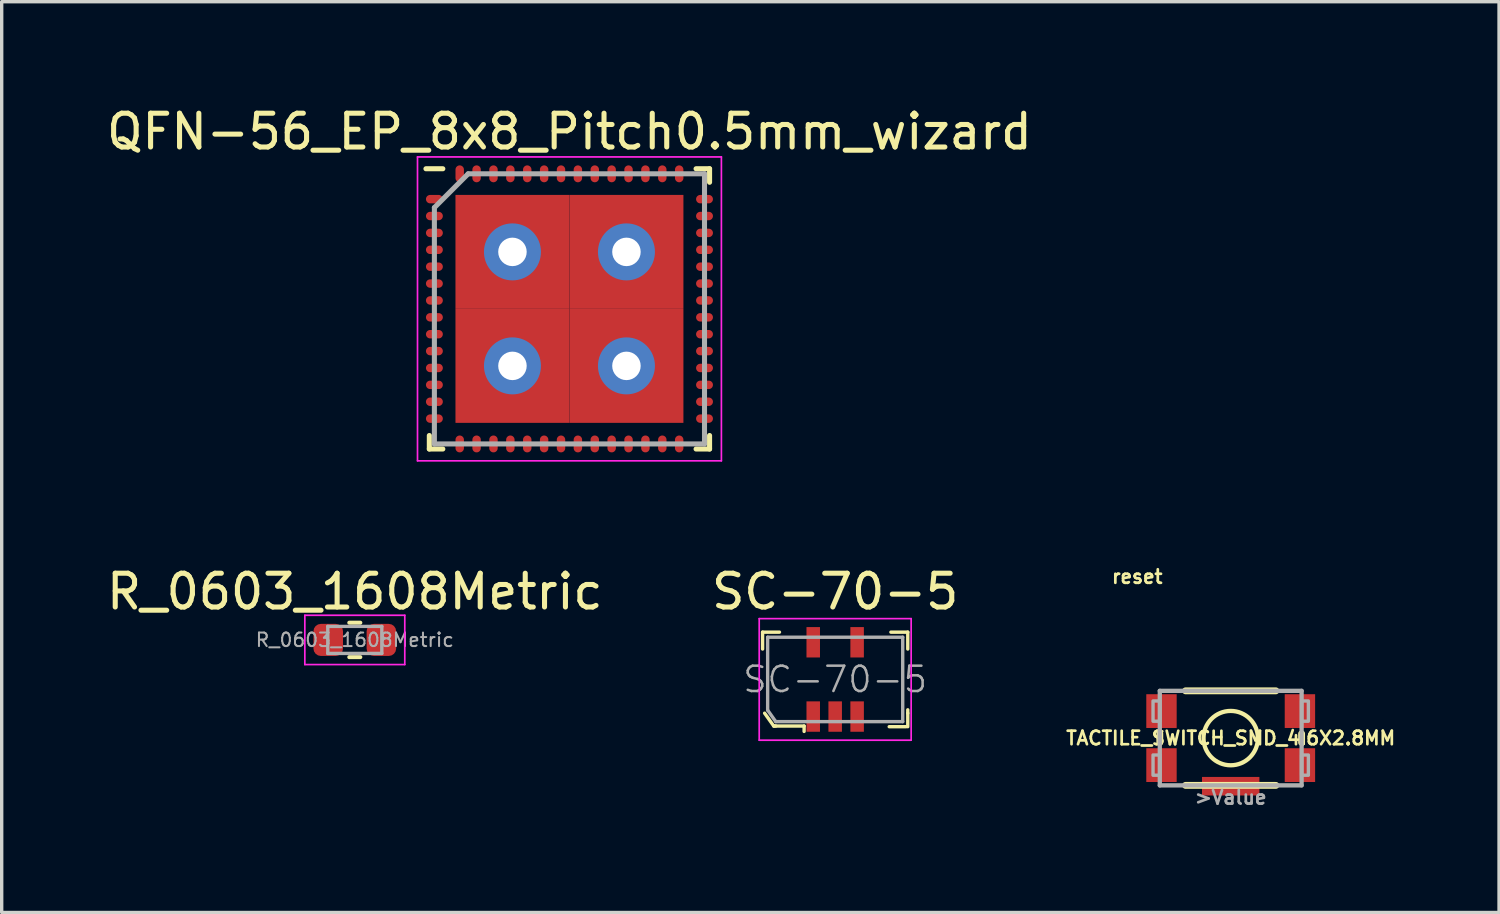
<source format=kicad_pcb>
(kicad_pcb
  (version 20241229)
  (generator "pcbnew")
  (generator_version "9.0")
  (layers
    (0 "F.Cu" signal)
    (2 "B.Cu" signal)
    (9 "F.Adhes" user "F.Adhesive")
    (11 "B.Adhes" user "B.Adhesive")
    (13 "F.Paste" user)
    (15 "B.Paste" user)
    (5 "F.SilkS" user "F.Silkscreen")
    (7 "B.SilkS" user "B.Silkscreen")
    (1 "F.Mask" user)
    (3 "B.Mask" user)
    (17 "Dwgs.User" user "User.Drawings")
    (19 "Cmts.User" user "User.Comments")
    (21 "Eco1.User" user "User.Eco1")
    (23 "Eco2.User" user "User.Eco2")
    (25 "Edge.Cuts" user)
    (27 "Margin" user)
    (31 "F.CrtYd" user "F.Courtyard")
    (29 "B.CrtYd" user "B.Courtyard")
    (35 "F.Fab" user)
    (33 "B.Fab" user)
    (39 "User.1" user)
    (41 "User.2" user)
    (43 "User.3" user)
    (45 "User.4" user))
  (footprint "R_0603_1608Metric"
    (layer "F.Cu")
    (at 7.458 15.902)
    (property "Reference" "R_0603_1608Metric" (at 0 -1.43 0) (layer "F.SilkS") (effects (font (size 1 1) (thickness 0.15))))
    (attr smd)
    (fp_line (start -0.163 -0.51) (end 0.163 -0.51) (stroke (width 0.12) (type solid)) (layer "F.SilkS"))
    (fp_line (start -0.163 0.51) (end 0.163 0.51) (stroke (width 0.12) (type solid)) (layer "F.SilkS"))
    (fp_line (start -1.48 -0.73) (end 1.48 -0.73) (stroke (width 0.05) (type solid)) (layer "F.CrtYd"))
    (fp_line (start -1.48 0.73) (end -1.48 -0.73) (stroke (width 0.05) (type solid)) (layer "F.CrtYd"))
    (fp_line (start 1.48 -0.73) (end 1.48 0.73) (stroke (width 0.05) (type solid)) (layer "F.CrtYd"))
    (fp_line (start 1.48 0.73) (end -1.48 0.73) (stroke (width 0.05) (type solid)) (layer "F.CrtYd"))
    (fp_line (start -0.8 -0.4) (end 0.8 -0.4) (stroke (width 0.1) (type solid)) (layer "F.Fab"))
    (fp_line (start -0.8 0.4) (end -0.8 -0.4) (stroke (width 0.1) (type solid)) (layer "F.Fab"))
    (fp_line (start 0.8 -0.4) (end 0.8 0.4) (stroke (width 0.1) (type solid)) (layer "F.Fab"))
    (fp_line (start 0.8 0.4) (end -0.8 0.4) (stroke (width 0.1) (type solid)) (layer "F.Fab"))
    (fp_text user "${REFERENCE}" (at 0 0 0) (layer "F.Fab") (effects (font (size 0.4 0.4) (thickness 0.06))))
    (pad "1" smd roundrect (at -0.787 0) (size 0.875 0.95) (layers "F.Cu" "F.Mask" "F.Paste") (roundrect_rratio 0.25))
    (pad "2" smd roundrect (at 0.787 0) (size 0.875 0.95) (layers "F.Cu" "F.Mask" "F.Paste") (roundrect_rratio 0.25)))
  (footprint "QFN-56_EP_8x8_Pitch0.5mm_wizard"
    (layer "F.Cu")
    (at 13.815 6.098)
    (property "Reference" "QFN-56_EP_8x8_Pitch0.5mm_wizard" (at 0 -5.25 0) (layer "F.SilkS") (effects (font (size 1 1) (thickness 0.15))))
    (attr smd)
    (fp_line (start -4.15 4.15) (end -4.15 3.75) (stroke (width 0.15) (type solid)) (layer "F.SilkS"))
    (fp_line (start -3.75 -4.15) (end -4.25 -4.15) (stroke (width 0.15) (type solid)) (layer "F.SilkS"))
    (fp_line (start -3.75 4.15) (end -4.15 4.15) (stroke (width 0.15) (type solid)) (layer "F.SilkS"))
    (fp_line (start 3.75 -4.15) (end 4.15 -4.15) (stroke (width 0.15) (type solid)) (layer "F.SilkS"))
    (fp_line (start 3.75 4.15) (end 4.15 4.15) (stroke (width 0.15) (type solid)) (layer "F.SilkS"))
    (fp_line (start 4.15 -4.15) (end 4.15 -3.75) (stroke (width 0.15) (type solid)) (layer "F.SilkS"))
    (fp_line (start 4.15 4.15) (end 4.15 3.75) (stroke (width 0.15) (type solid)) (layer "F.SilkS"))
    (fp_line (start -4.5 -4.5) (end 4.5 -4.5) (stroke (width 0.05) (type solid)) (layer "F.CrtYd"))
    (fp_line (start -4.5 4.5) (end -4.5 -4.5) (stroke (width 0.05) (type solid)) (layer "F.CrtYd"))
    (fp_line (start 4.5 -4.5) (end 4.5 4.5) (stroke (width 0.05) (type solid)) (layer "F.CrtYd"))
    (fp_line (start 4.5 4.5) (end -4.5 4.5) (stroke (width 0.05) (type solid)) (layer "F.CrtYd"))
    (fp_line (start -4 -3) (end -4 4) (stroke (width 0.15) (type solid)) (layer "F.Fab"))
    (fp_line (start -4 4) (end 4 4) (stroke (width 0.15) (type solid)) (layer "F.Fab"))
    (fp_line (start -3 -4) (end -4 -3) (stroke (width 0.15) (type solid)) (layer "F.Fab"))
    (fp_line (start 4 -4) (end -3 -4) (stroke (width 0.15) (type solid)) (layer "F.Fab"))
    (fp_line (start 4 4) (end 4 -4) (stroke (width 0.15) (type solid)) (layer "F.Fab"))
    (pad "1" smd oval (at -4 -3.25 90) (size 0.25 0.5) (layers "F.Cu" "F.Mask" "F.Paste"))
    (pad "2" smd oval (at -4 -2.75 90) (size 0.25 0.5) (layers "F.Cu" "F.Mask" "F.Paste"))
    (pad "3" smd oval (at -4 -2.25 90) (size 0.25 0.5) (layers "F.Cu" "F.Mask" "F.Paste"))
    (pad "4" smd oval (at -4 -1.75 90) (size 0.25 0.5) (layers "F.Cu" "F.Mask" "F.Paste"))
    (pad "5" smd oval (at -4 -1.25 90) (size 0.25 0.5) (layers "F.Cu" "F.Mask" "F.Paste"))
    (pad "6" smd oval (at -4 -0.75 90) (size 0.25 0.5) (layers "F.Cu" "F.Mask" "F.Paste"))
    (pad "7" smd oval (at -4 -0.25 90) (size 0.25 0.5) (layers "F.Cu" "F.Mask" "F.Paste"))
    (pad "8" smd oval (at -4 0.25 90) (size 0.25 0.5) (layers "F.Cu" "F.Mask" "F.Paste"))
    (pad "9" smd oval (at -4 0.75 90) (size 0.25 0.5) (layers "F.Cu" "F.Mask" "F.Paste"))
    (pad "10" smd oval (at -4 1.25 90) (size 0.25 0.5) (layers "F.Cu" "F.Mask" "F.Paste"))
    (pad "11" smd oval (at -4 1.75 90) (size 0.25 0.5) (layers "F.Cu" "F.Mask" "F.Paste"))
    (pad "12" smd oval (at -4 2.25 90) (size 0.25 0.5) (layers "F.Cu" "F.Mask" "F.Paste"))
    (pad "13" smd oval (at -4 2.75 90) (size 0.25 0.5) (layers "F.Cu" "F.Mask" "F.Paste"))
    (pad "14" smd oval (at -4 3.25 90) (size 0.25 0.5) (layers "F.Cu" "F.Mask" "F.Paste"))
    (pad "15" smd oval (at -3.25 4) (size 0.25 0.5) (layers "F.Cu" "F.Mask" "F.Paste"))
    (pad "16" smd oval (at -2.75 4) (size 0.25 0.5) (layers "F.Cu" "F.Mask" "F.Paste"))
    (pad "17" smd oval (at -2.25 4) (size 0.25 0.5) (layers "F.Cu" "F.Mask" "F.Paste"))
    (pad "18" smd oval (at -1.75 4) (size 0.25 0.5) (layers "F.Cu" "F.Mask" "F.Paste"))
    (pad "19" smd oval (at -1.25 4) (size 0.25 0.5) (layers "F.Cu" "F.Mask" "F.Paste"))
    (pad "20" smd oval (at -0.75 4) (size 0.25 0.5) (layers "F.Cu" "F.Mask" "F.Paste"))
    (pad "21" smd oval (at -0.25 4) (size 0.25 0.5) (layers "F.Cu" "F.Mask" "F.Paste"))
    (pad "22" smd oval (at 0.25 4) (size 0.25 0.5) (layers "F.Cu" "F.Mask" "F.Paste"))
    (pad "23" smd oval (at 0.75 4) (size 0.25 0.5) (layers "F.Cu" "F.Mask" "F.Paste"))
    (pad "24" smd oval (at 1.25 4) (size 0.25 0.5) (layers "F.Cu" "F.Mask" "F.Paste"))
    (pad "25" smd oval (at 1.75 4) (size 0.25 0.5) (layers "F.Cu" "F.Mask" "F.Paste"))
    (pad "26" smd oval (at 2.25 4) (size 0.25 0.5) (layers "F.Cu" "F.Mask" "F.Paste"))
    (pad "27" smd oval (at 2.75 4) (size 0.25 0.5) (layers "F.Cu" "F.Mask" "F.Paste"))
    (pad "28" smd oval (at 3.25 4) (size 0.25 0.5) (layers "F.Cu" "F.Mask" "F.Paste"))
    (pad "29" smd oval (at 4 3.25 90) (size 0.25 0.5) (layers "F.Cu" "F.Mask" "F.Paste"))
    (pad "30" smd oval (at 4 2.75 90) (size 0.25 0.5) (layers "F.Cu" "F.Mask" "F.Paste"))
    (pad "31" smd oval (at 4 2.25 90) (size 0.25 0.5) (layers "F.Cu" "F.Mask" "F.Paste"))
    (pad "32" smd oval (at 4 1.75 90) (size 0.25 0.5) (layers "F.Cu" "F.Mask" "F.Paste"))
    (pad "33" smd oval (at 4 1.25 90) (size 0.25 0.5) (layers "F.Cu" "F.Mask" "F.Paste"))
    (pad "34" smd oval (at 4 0.75 90) (size 0.25 0.5) (layers "F.Cu" "F.Mask" "F.Paste"))
    (pad "35" smd oval (at 4 0.25 90) (size 0.25 0.5) (layers "F.Cu" "F.Mask" "F.Paste"))
    (pad "36" smd oval (at 4 -0.25 90) (size 0.25 0.5) (layers "F.Cu" "F.Mask" "F.Paste"))
    (pad "37" smd oval (at 4 -0.75 90) (size 0.25 0.5) (layers "F.Cu" "F.Mask" "F.Paste"))
    (pad "38" smd oval (at 4 -1.25 90) (size 0.25 0.5) (layers "F.Cu" "F.Mask" "F.Paste"))
    (pad "39" smd oval (at 4 -1.75 90) (size 0.25 0.5) (layers "F.Cu" "F.Mask" "F.Paste"))
    (pad "40" smd oval (at 4 -2.25 90) (size 0.25 0.5) (layers "F.Cu" "F.Mask" "F.Paste"))
    (pad "41" smd oval (at 4 -2.75 90) (size 0.25 0.5) (layers "F.Cu" "F.Mask" "F.Paste"))
    (pad "42" smd oval (at 4 -3.25 90) (size 0.25 0.5) (layers "F.Cu" "F.Mask" "F.Paste"))
    (pad "43" smd oval (at 3.25 -4) (size 0.25 0.5) (layers "F.Cu" "F.Mask" "F.Paste"))
    (pad "44" smd oval (at 2.75 -4) (size 0.25 0.5) (layers "F.Cu" "F.Mask" "F.Paste"))
    (pad "45" smd oval (at 2.25 -4) (size 0.25 0.5) (layers "F.Cu" "F.Mask" "F.Paste"))
    (pad "46" smd oval (at 1.75 -4) (size 0.25 0.5) (layers "F.Cu" "F.Mask" "F.Paste"))
    (pad "47" smd oval (at 1.25 -4) (size 0.25 0.5) (layers "F.Cu" "F.Mask" "F.Paste"))
    (pad "48" smd oval (at 0.75 -4) (size 0.25 0.5) (layers "F.Cu" "F.Mask" "F.Paste"))
    (pad "49" smd oval (at 0.25 -4) (size 0.25 0.5) (layers "F.Cu" "F.Mask" "F.Paste"))
    (pad "50" smd oval (at -0.25 -4) (size 0.25 0.5) (layers "F.Cu" "F.Mask" "F.Paste"))
    (pad "51" smd oval (at -0.75 -4) (size 0.25 0.5) (layers "F.Cu" "F.Mask" "F.Paste"))
    (pad "52" smd oval (at -1.25 -4) (size 0.25 0.5) (layers "F.Cu" "F.Mask" "F.Paste"))
    (pad "53" smd oval (at -1.75 -4) (size 0.25 0.5) (layers "F.Cu" "F.Mask" "F.Paste"))
    (pad "54" smd oval (at -2.25 -4) (size 0.25 0.5) (layers "F.Cu" "F.Mask" "F.Paste"))
    (pad "55" smd oval (at -2.75 -4) (size 0.25 0.5) (layers "F.Cu" "F.Mask" "F.Paste"))
    (pad "56" smd oval (at -3.25 -4) (size 0.25 0.5) (layers "F.Cu" "F.Mask" "F.Paste"))
    (pad "57" thru_hole circle (at -1.688 -1.688) (size 1.688 1.688) (drill 0.844) (layers "*.Cu" "*.Mask"))
    (pad "57" smd rect (at -1.688 -1.688) (size 3.375 3.375) (layers "F.Cu" "F.Mask" "F.Paste"))
    (pad "57" thru_hole circle (at -1.688 1.688) (size 1.688 1.688) (drill 0.844) (layers "*.Cu" "*.Mask"))
    (pad "57" smd rect (at -1.688 1.688) (size 3.375 3.375) (layers "F.Cu" "F.Mask" "F.Paste"))
    (pad "57" thru_hole circle (at 1.688 -1.688) (size 1.688 1.688) (drill 0.844) (layers "*.Cu" "*.Mask"))
    (pad "57" smd rect (at 1.688 -1.688) (size 3.375 3.375) (layers "F.Cu" "F.Mask" "F.Paste"))
    (pad "57" thru_hole circle (at 1.688 1.688) (size 1.688 1.688) (drill 0.844) (layers "*.Cu" "*.Mask"))
    (pad "57" smd rect (at 1.688 1.688) (size 3.375 3.375) (layers "F.Cu" "F.Mask" "F.Paste")))
  (footprint "TACTILE_SWITCH_SMD_4.6X2.8MM"
    (layer "F.Cu")
    (at 33.399 18.81)
    (property "Reference" "TACTILE_SWITCH_SMD_4.6X2.8MM" (at 0 0 180) (layer "F.SilkS") (effects (font (size 0.4 0.4) (thickness 0.08))))
    (attr through_hole)
    (fp_line (start -2.1 -0.13) (end -2.1 0.13) (stroke (width 0.203) (type solid)) (layer "F.SilkS"))
    (fp_line (start -1.338 -1.4) (end 1.338 -1.4) (stroke (width 0.203) (type solid)) (layer "F.SilkS"))
    (fp_line (start 1.338 1.4) (end -1.338 1.4) (stroke (width 0.203) (type solid)) (layer "F.SilkS"))
    (fp_line (start 2.1 0.13) (end 2.1 -0.13) (stroke (width 0.203) (type solid)) (layer "F.SilkS"))
    (fp_circle (center 0 0) (end 0.805 0) (stroke (width 0.127) (type solid)) (fill no) (layer "F.SilkS"))
    (fp_line (start -2.1 -1.4) (end -2.1 1.4) (stroke (width 0.127) (type solid)) (layer "F.Fab"))
    (fp_line (start -2.1 -1.4) (end 2.1 -1.4) (stroke (width 0.127) (type solid)) (layer "F.Fab"))
    (fp_line (start -2.1 1.4) (end 2.1 1.4) (stroke (width 0.127) (type solid)) (layer "F.Fab"))
    (fp_line (start 2.1 1.4) (end 2.1 -1.4) (stroke (width 0.127) (type solid)) (layer "F.Fab"))
    (fp_poly (pts (xy -2.3 -0.5) (xy -2.1 -0.5) (xy -2.1 -1.1) (xy -2.3 -1.1)) (stroke (width 0.1) (type solid)) (fill no) (layer "F.Fab"))
    (fp_poly (pts (xy -2.3 1.1) (xy -2.1 1.1) (xy -2.1 0.5) (xy -2.3 0.5)) (stroke (width 0.1) (type solid)) (fill no) (layer "F.Fab"))
    (fp_poly (pts (xy 2.3 -1.1) (xy 2.1 -1.1) (xy 2.1 -0.5) (xy 2.3 -0.5)) (stroke (width 0.1) (type solid)) (fill no) (layer "F.Fab"))
    (fp_poly (pts (xy 2.3 0.5) (xy 2.1 0.5) (xy 2.1 1.1) (xy 2.3 1.1)) (stroke (width 0.1) (type solid)) (fill no) (layer "F.Fab"))
    (fp_text user "reset" (at -2.769 -4.547 0) (layer "F.SilkS") (effects (font (size 0.4 0.4) (thickness 0.08)) (justify bottom)))
    (fp_text user ">Value" (at 0 1.524 0) (layer "F.Fab") (effects (font (size 0.4 0.4) (thickness 0.08)) (justify top)))
    (pad "1" smd rect (at -2.05 0.8) (size 0.9 1) (layers "F.Cu" "F.Mask" "F.Paste"))
    (pad "2" smd rect (at 2.05 0.8) (size 0.9 1) (layers "F.Cu" "F.Mask" "F.Paste"))
    (pad "3" smd rect (at 2.05 -0.8) (size 0.9 1) (layers "F.Cu" "F.Mask" "F.Paste"))
    (pad "4" smd rect (at -2.05 -0.8) (size 0.9 1) (layers "F.Cu" "F.Mask" "F.Paste"))
    (pad "5" smd rect (at 0 1.425) (size 1.7 0.55) (layers "F.Cu" "F.Mask" "F.Paste")))
  (footprint "SC-70-5"
    (layer "F.Cu")
    (at 21.685 17.072)
    (property "Reference" "SC-70-5" (at 0 -2.6 0) (layer "F.SilkS") (effects (font (size 1 1) (thickness 0.15))))
    (attr smd)
    (fp_line (start -2.15 -1.4) (end -2.15 -0.9) (stroke (width 0.1) (type solid)) (layer "F.SilkS"))
    (fp_line (start -2.15 -1.4) (end -1.65 -1.4) (stroke (width 0.1) (type solid)) (layer "F.SilkS"))
    (fp_line (start -1.82 1.38) (end -2.09 1) (stroke (width 0.1) (type solid)) (layer "F.SilkS"))
    (fp_line (start -1.8 1.38) (end -1.82 1.38) (stroke (width 0.1) (type solid)) (layer "F.SilkS"))
    (fp_line (start -1.76 1.38) (end -1.8 1.38) (stroke (width 0.1) (type solid)) (layer "F.SilkS"))
    (fp_line (start -0.92 1.38) (end -1.76 1.38) (stroke (width 0.1) (type solid)) (layer "F.SilkS"))
    (fp_line (start -0.92 1.54) (end -0.92 1.38) (stroke (width 0.1) (type solid)) (layer "F.SilkS"))
    (fp_line (start 2.1 1.4) (end 1.6 1.4) (stroke (width 0.1) (type solid)) (layer "F.SilkS"))
    (fp_line (start 2.15 -1.4) (end 1.65 -1.4) (stroke (width 0.1) (type solid)) (layer "F.SilkS"))
    (fp_line (start 2.15 -1.4) (end 2.15 -0.9) (stroke (width 0.1) (type solid)) (layer "F.SilkS"))
    (fp_line (start 2.15 1) (end 2.15 0.9) (stroke (width 0.1) (type solid)) (layer "F.SilkS"))
    (fp_line (start 2.15 1.4) (end 2.15 1) (stroke (width 0.1) (type solid)) (layer "F.SilkS"))
    (fp_line (start -2.25 1.8) (end -2.25 -1.8) (stroke (width 0.05) (type solid)) (layer "F.CrtYd"))
    (fp_line (start -2.25 1.8) (end 2.25 1.8) (stroke (width 0.05) (type solid)) (layer "F.CrtYd"))
    (fp_line (start 2.25 -1.8) (end -2.25 -1.8) (stroke (width 0.05) (type solid)) (layer "F.CrtYd"))
    (fp_line (start 2.25 -1.8) (end 2.25 1.8) (stroke (width 0.05) (type solid)) (layer "F.CrtYd"))
    (fp_line (start -2 -1.25) (end 2 -1.25) (stroke (width 0.1) (type solid)) (layer "F.Fab"))
    (fp_line (start -2 0.91) (end -2 -1.25) (stroke (width 0.1) (type solid)) (layer "F.Fab"))
    (fp_line (start -2 0.91) (end -1.76 1.25) (stroke (width 0.1) (type solid)) (layer "F.Fab"))
    (fp_line (start -1.76 1.25) (end 2 1.25) (stroke (width 0.1) (type solid)) (layer "F.Fab"))
    (fp_line (start 2 -1.25) (end 2 1.25) (stroke (width 0.1) (type solid)) (layer "F.Fab"))
    (fp_text user "${REFERENCE}" (at 0 0 0) (layer "F.Fab") (effects (font (size 0.75 0.75) (thickness 0.075))))
    (pad "1" smd rect (at -0.65 1.1) (size 0.4 0.9) (layers "F.Cu" "F.Mask" "F.Paste"))
    (pad "2" smd rect (at 0 1.1) (size 0.4 0.9) (layers "F.Cu" "F.Mask" "F.Paste"))
    (pad "3" smd rect (at 0.65 1.1) (size 0.4 0.9) (layers "F.Cu" "F.Mask" "F.Paste"))
    (pad "4" smd rect (at 0.65 -1.1) (size 0.4 0.9) (layers "F.Cu" "F.Mask" "F.Paste"))
    (pad "5" smd rect (at -0.65 -1.1) (size 0.4 0.9) (layers "F.Cu" "F.Mask" "F.Paste")))
  (gr_rect
    (start -3 -3)
    (end 41.346 23.974)
    (stroke (width 0.1) (type default))
    (fill no)
    (layer "Edge.Cuts")))
</source>
